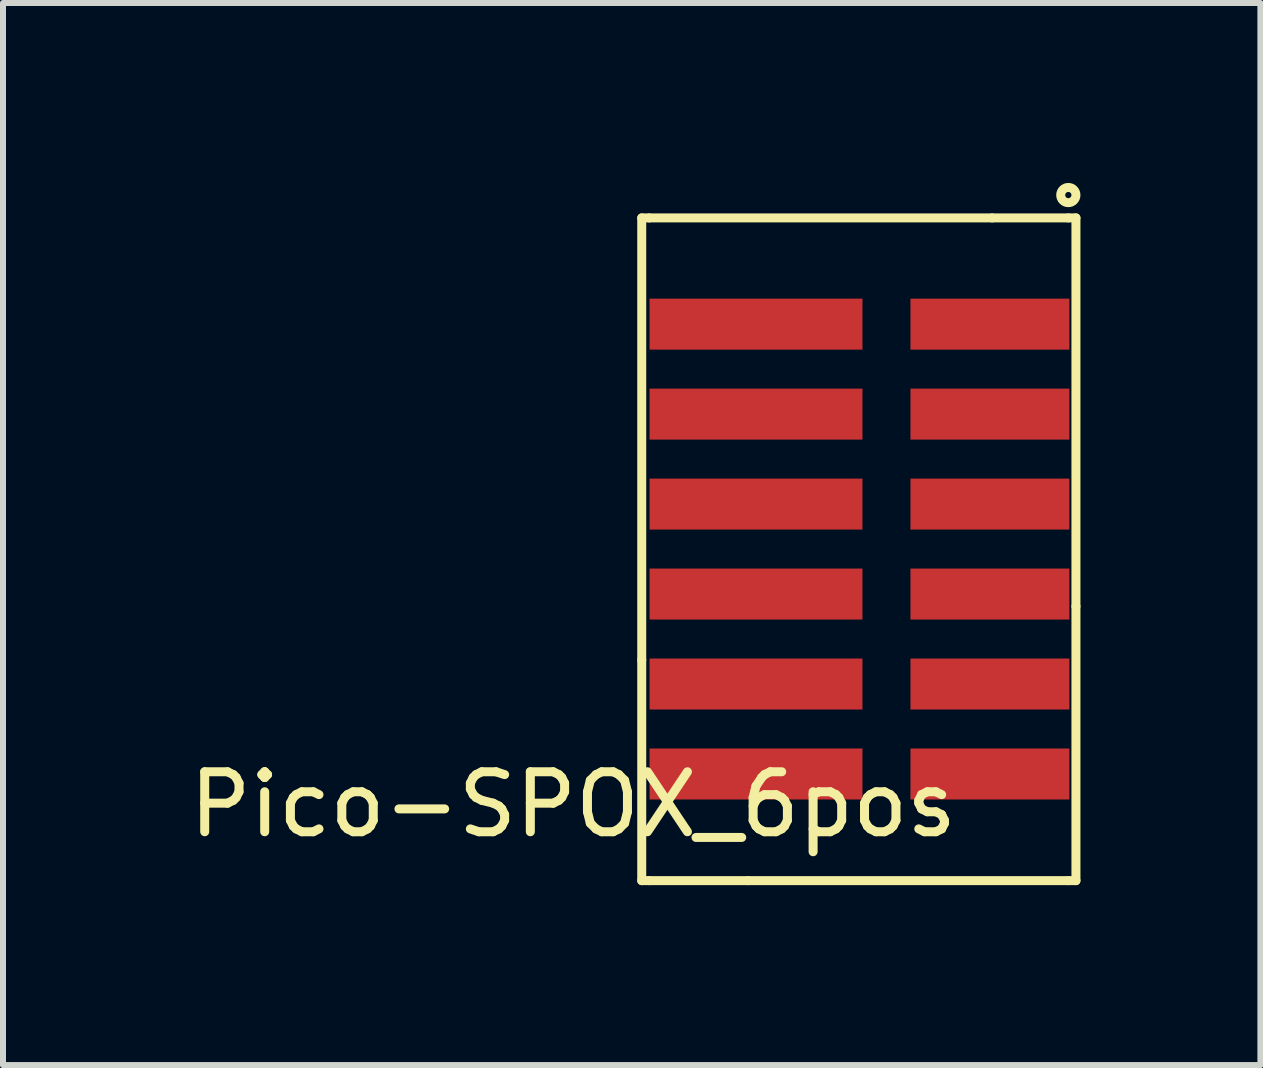
<source format=kicad_pcb>
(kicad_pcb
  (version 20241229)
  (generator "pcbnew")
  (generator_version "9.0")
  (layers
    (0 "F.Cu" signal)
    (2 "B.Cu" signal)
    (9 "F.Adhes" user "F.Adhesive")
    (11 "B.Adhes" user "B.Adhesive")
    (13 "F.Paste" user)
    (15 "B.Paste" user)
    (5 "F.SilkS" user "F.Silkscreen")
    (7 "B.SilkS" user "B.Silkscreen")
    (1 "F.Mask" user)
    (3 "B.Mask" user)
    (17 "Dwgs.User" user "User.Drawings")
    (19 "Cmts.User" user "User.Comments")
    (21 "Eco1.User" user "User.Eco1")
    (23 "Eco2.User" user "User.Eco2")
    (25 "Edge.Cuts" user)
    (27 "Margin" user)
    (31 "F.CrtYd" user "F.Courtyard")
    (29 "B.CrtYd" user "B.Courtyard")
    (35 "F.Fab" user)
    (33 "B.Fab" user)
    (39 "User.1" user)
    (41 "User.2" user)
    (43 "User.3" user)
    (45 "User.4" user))
  (footprint "Pico-SPOX_6pos"
    (layer "F.Cu")
    (at 9.554 9.854)
    (property "Reference" "Pico-SPOX_6pos" (at -3.048 0.508 0) (layer "F.SilkS") (effects (font (size 1 1) (thickness 0.15))))
    (attr through_hole)
    (fp_line (start -1.905 -9.271) (end -1.778 -9.271) (stroke (width 0.15) (type solid)) (layer "F.SilkS"))
    (fp_line (start -1.905 -1.905) (end -1.905 -9.271) (stroke (width 0.15) (type solid)) (layer "F.SilkS"))
    (fp_line (start -1.905 1.778) (end -1.905 -1.905) (stroke (width 0.15) (type solid)) (layer "F.SilkS"))
    (fp_line (start -1.778 1.778) (end -1.905 1.778) (stroke (width 0.15) (type solid)) (layer "F.SilkS"))
    (fp_line (start -0.127 1.778) (end -1.778 1.778) (stroke (width 0.15) (type solid)) (layer "F.SilkS"))
    (fp_line (start -0.127 1.778) (end 5.207 1.778) (stroke (width 0.15) (type solid)) (layer "F.SilkS"))
    (fp_line (start 3.937 -9.271) (end -1.778 -9.271) (stroke (width 0.15) (type solid)) (layer "F.SilkS"))
    (fp_line (start 3.937 -9.271) (end 5.207 -9.271) (stroke (width 0.15) (type solid)) (layer "F.SilkS"))
    (fp_line (start 5.207 -9.271) (end 5.334 -9.271) (stroke (width 0.15) (type solid)) (layer "F.SilkS"))
    (fp_line (start 5.334 -9.271) (end 5.334 -2.794) (stroke (width 0.15) (type solid)) (layer "F.SilkS"))
    (fp_line (start 5.334 -2.794) (end 5.334 1.778) (stroke (width 0.15) (type solid)) (layer "F.SilkS"))
    (fp_line (start 5.334 1.778) (end 5.207 1.778) (stroke (width 0.15) (type solid)) (layer "F.SilkS"))
    (fp_circle (center 5.207 -9.652) (end 5.334 -9.652) (stroke (width 0.15) (type solid)) (fill no) (layer "F.SilkS"))
    (pad "1" smd rect (at 0 -7.5) (size 3.55 0.85) (layers "F.Cu" "F.Mask" "F.Paste"))
    (pad "1" smd rect (at 3.9 -7.5) (size 2.65 0.85) (layers "F.Cu" "F.Mask" "F.Paste"))
    (pad "2" smd rect (at 0 -6) (size 3.55 0.85) (layers "F.Cu" "F.Mask" "F.Paste"))
    (pad "2" smd rect (at 3.9 -6) (size 2.65 0.85) (layers "F.Cu" "F.Mask" "F.Paste"))
    (pad "3" smd rect (at 0 -4.5) (size 3.55 0.85) (layers "F.Cu" "F.Mask" "F.Paste"))
    (pad "3" smd rect (at 3.9 -4.5) (size 2.65 0.85) (layers "F.Cu" "F.Mask" "F.Paste"))
    (pad "4" smd rect (at 0 -3) (size 3.55 0.85) (layers "F.Cu" "F.Mask" "F.Paste"))
    (pad "4" smd rect (at 3.9 -3) (size 2.65 0.85) (layers "F.Cu" "F.Mask" "F.Paste"))
    (pad "5" smd rect (at 0 -1.5) (size 3.55 0.85) (layers "F.Cu" "F.Mask" "F.Paste"))
    (pad "5" smd rect (at 3.9 -1.5) (size 2.65 0.85) (layers "F.Cu" "F.Mask" "F.Paste"))
    (pad "6" smd rect (at 0 0) (size 3.55 0.85) (layers "F.Cu" "F.Mask" "F.Paste"))
    (pad "6" smd rect (at 3.9 0) (size 2.65 0.85) (layers "F.Cu" "F.Mask" "F.Paste")))
  (gr_rect
    (start -3 -3)
    (end 17.963 14.707)
    (stroke (width 0.1) (type default))
    (fill no)
    (layer "Edge.Cuts")))
</source>
